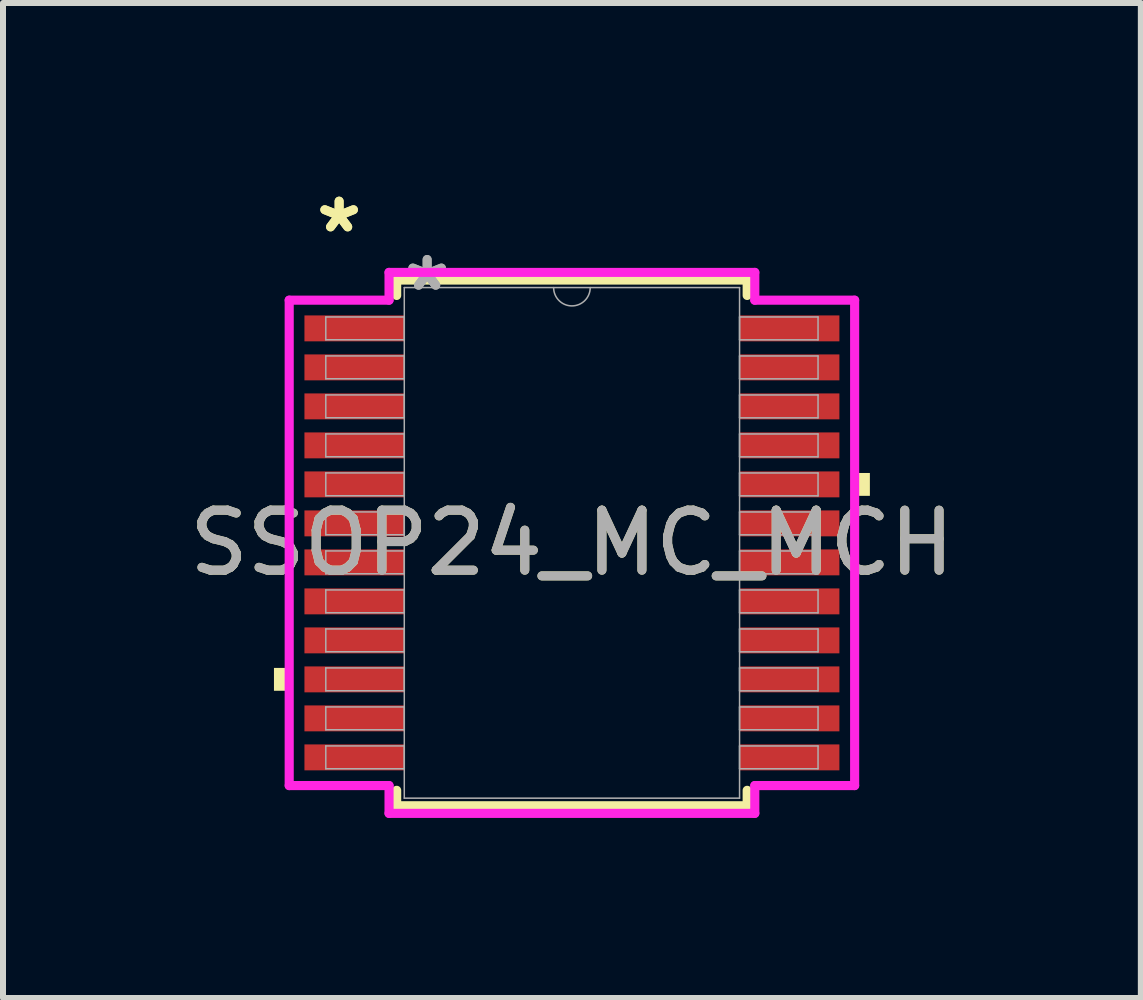
<source format=kicad_pcb>
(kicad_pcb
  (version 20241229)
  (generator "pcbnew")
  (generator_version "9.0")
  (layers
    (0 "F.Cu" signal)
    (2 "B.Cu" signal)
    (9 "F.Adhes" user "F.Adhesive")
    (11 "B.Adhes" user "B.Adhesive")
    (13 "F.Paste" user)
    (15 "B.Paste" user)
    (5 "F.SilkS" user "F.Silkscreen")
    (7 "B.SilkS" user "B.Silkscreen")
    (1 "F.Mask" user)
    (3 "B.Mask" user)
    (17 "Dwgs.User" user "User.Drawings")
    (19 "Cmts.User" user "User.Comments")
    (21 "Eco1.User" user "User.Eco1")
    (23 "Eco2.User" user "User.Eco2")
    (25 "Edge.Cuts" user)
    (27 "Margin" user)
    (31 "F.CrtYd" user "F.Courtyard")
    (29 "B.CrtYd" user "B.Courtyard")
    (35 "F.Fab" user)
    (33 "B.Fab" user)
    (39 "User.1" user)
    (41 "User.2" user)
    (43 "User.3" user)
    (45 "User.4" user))
  (footprint "SSOP24_MC_MCH"
    (layer "F.Cu")
    (at 6.482 5.998)
    (property "Reference" "SSOP24_MC_MCH" (at 0 0 0) (unlocked yes) (layer "F.SilkS") (effects (font (size 1 1) (thickness 0.15))))
    (attr smd)
    (fp_line (start -2.921 -4.381) (end -2.921 -4.124) (stroke (width 0.152) (type solid)) (layer "F.SilkS"))
    (fp_line (start -2.921 4.124) (end -2.921 4.381) (stroke (width 0.152) (type solid)) (layer "F.SilkS"))
    (fp_line (start -2.921 4.381) (end 2.921 4.381) (stroke (width 0.152) (type solid)) (layer "F.SilkS"))
    (fp_line (start 2.921 -4.381) (end -2.921 -4.381) (stroke (width 0.152) (type solid)) (layer "F.SilkS"))
    (fp_line (start 2.921 -4.124) (end 2.921 -4.381) (stroke (width 0.152) (type solid)) (layer "F.SilkS"))
    (fp_line (start 2.921 4.381) (end 2.921 4.124) (stroke (width 0.152) (type solid)) (layer "F.SilkS"))
    (fp_poly (pts (xy -4.966 2.084) (xy -4.966 2.465) (xy -4.712 2.465) (xy -4.712 2.084)) (stroke (width 0) (type solid)) (fill yes) (layer "F.SilkS"))
    (fp_poly (pts (xy 4.966 -1.165) (xy 4.966 -0.784) (xy 4.712 -0.784) (xy 4.712 -1.165)) (stroke (width 0) (type solid)) (fill yes) (layer "F.SilkS"))
    (fp_line (start -4.712 -4.045) (end -3.048 -4.045) (stroke (width 0.152) (type solid)) (layer "F.CrtYd"))
    (fp_line (start -4.712 4.045) (end -4.712 -4.045) (stroke (width 0.152) (type solid)) (layer "F.CrtYd"))
    (fp_line (start -4.712 4.045) (end -3.048 4.045) (stroke (width 0.152) (type solid)) (layer "F.CrtYd"))
    (fp_line (start -3.048 -4.508) (end 3.048 -4.508) (stroke (width 0.152) (type solid)) (layer "F.CrtYd"))
    (fp_line (start -3.048 -4.045) (end -3.048 -4.508) (stroke (width 0.152) (type solid)) (layer "F.CrtYd"))
    (fp_line (start -3.048 4.508) (end -3.048 4.045) (stroke (width 0.152) (type solid)) (layer "F.CrtYd"))
    (fp_line (start 3.048 -4.508) (end 3.048 -4.045) (stroke (width 0.152) (type solid)) (layer "F.CrtYd"))
    (fp_line (start 3.048 4.045) (end 3.048 4.508) (stroke (width 0.152) (type solid)) (layer "F.CrtYd"))
    (fp_line (start 3.048 4.508) (end -3.048 4.508) (stroke (width 0.152) (type solid)) (layer "F.CrtYd"))
    (fp_line (start 4.712 -4.045) (end 3.048 -4.045) (stroke (width 0.152) (type solid)) (layer "F.CrtYd"))
    (fp_line (start 4.712 -4.045) (end 4.712 4.045) (stroke (width 0.152) (type solid)) (layer "F.CrtYd"))
    (fp_line (start 4.712 4.045) (end 3.048 4.045) (stroke (width 0.152) (type solid)) (layer "F.CrtYd"))
    (fp_line (start -4.102 -3.765) (end -4.102 -3.385) (stroke (width 0.025) (type solid)) (layer "F.Fab"))
    (fp_line (start -4.102 -3.385) (end -2.794 -3.385) (stroke (width 0.025) (type solid)) (layer "F.Fab"))
    (fp_line (start -4.102 -3.116) (end -4.102 -2.735) (stroke (width 0.025) (type solid)) (layer "F.Fab"))
    (fp_line (start -4.102 -2.735) (end -2.794 -2.735) (stroke (width 0.025) (type solid)) (layer "F.Fab"))
    (fp_line (start -4.102 -2.466) (end -4.102 -2.085) (stroke (width 0.025) (type solid)) (layer "F.Fab"))
    (fp_line (start -4.102 -2.085) (end -2.794 -2.085) (stroke (width 0.025) (type solid)) (layer "F.Fab"))
    (fp_line (start -4.102 -1.816) (end -4.102 -1.435) (stroke (width 0.025) (type solid)) (layer "F.Fab"))
    (fp_line (start -4.102 -1.435) (end -2.794 -1.435) (stroke (width 0.025) (type solid)) (layer "F.Fab"))
    (fp_line (start -4.102 -1.166) (end -4.102 -0.785) (stroke (width 0.025) (type solid)) (layer "F.Fab"))
    (fp_line (start -4.102 -0.785) (end -2.794 -0.785) (stroke (width 0.025) (type solid)) (layer "F.Fab"))
    (fp_line (start -4.102 -0.516) (end -4.102 -0.135) (stroke (width 0.025) (type solid)) (layer "F.Fab"))
    (fp_line (start -4.102 -0.135) (end -2.794 -0.135) (stroke (width 0.025) (type solid)) (layer "F.Fab"))
    (fp_line (start -4.102 0.134) (end -4.102 0.515) (stroke (width 0.025) (type solid)) (layer "F.Fab"))
    (fp_line (start -4.102 0.515) (end -2.794 0.515) (stroke (width 0.025) (type solid)) (layer "F.Fab"))
    (fp_line (start -4.102 0.784) (end -4.102 1.165) (stroke (width 0.025) (type solid)) (layer "F.Fab"))
    (fp_line (start -4.102 1.165) (end -2.794 1.165) (stroke (width 0.025) (type solid)) (layer "F.Fab"))
    (fp_line (start -4.102 1.434) (end -4.102 1.815) (stroke (width 0.025) (type solid)) (layer "F.Fab"))
    (fp_line (start -4.102 1.815) (end -2.794 1.815) (stroke (width 0.025) (type solid)) (layer "F.Fab"))
    (fp_line (start -4.102 2.084) (end -4.102 2.465) (stroke (width 0.025) (type solid)) (layer "F.Fab"))
    (fp_line (start -4.102 2.465) (end -2.794 2.465) (stroke (width 0.025) (type solid)) (layer "F.Fab"))
    (fp_line (start -4.102 2.734) (end -4.102 3.115) (stroke (width 0.025) (type solid)) (layer "F.Fab"))
    (fp_line (start -4.102 3.115) (end -2.794 3.115) (stroke (width 0.025) (type solid)) (layer "F.Fab"))
    (fp_line (start -4.102 3.384) (end -4.102 3.765) (stroke (width 0.025) (type solid)) (layer "F.Fab"))
    (fp_line (start -4.102 3.765) (end -2.794 3.765) (stroke (width 0.025) (type solid)) (layer "F.Fab"))
    (fp_line (start -2.794 -4.255) (end -2.794 4.255) (stroke (width 0.025) (type solid)) (layer "F.Fab"))
    (fp_line (start -2.794 -3.765) (end -4.102 -3.765) (stroke (width 0.025) (type solid)) (layer "F.Fab"))
    (fp_line (start -2.794 -3.385) (end -2.794 -3.765) (stroke (width 0.025) (type solid)) (layer "F.Fab"))
    (fp_line (start -2.794 -3.116) (end -4.102 -3.116) (stroke (width 0.025) (type solid)) (layer "F.Fab"))
    (fp_line (start -2.794 -2.735) (end -2.794 -3.116) (stroke (width 0.025) (type solid)) (layer "F.Fab"))
    (fp_line (start -2.794 -2.466) (end -4.102 -2.466) (stroke (width 0.025) (type solid)) (layer "F.Fab"))
    (fp_line (start -2.794 -2.085) (end -2.794 -2.466) (stroke (width 0.025) (type solid)) (layer "F.Fab"))
    (fp_line (start -2.794 -1.816) (end -4.102 -1.816) (stroke (width 0.025) (type solid)) (layer "F.Fab"))
    (fp_line (start -2.794 -1.435) (end -2.794 -1.816) (stroke (width 0.025) (type solid)) (layer "F.Fab"))
    (fp_line (start -2.794 -1.166) (end -4.102 -1.166) (stroke (width 0.025) (type solid)) (layer "F.Fab"))
    (fp_line (start -2.794 -0.785) (end -2.794 -1.166) (stroke (width 0.025) (type solid)) (layer "F.Fab"))
    (fp_line (start -2.794 -0.516) (end -4.102 -0.516) (stroke (width 0.025) (type solid)) (layer "F.Fab"))
    (fp_line (start -2.794 -0.135) (end -2.794 -0.516) (stroke (width 0.025) (type solid)) (layer "F.Fab"))
    (fp_line (start -2.794 0.134) (end -4.102 0.134) (stroke (width 0.025) (type solid)) (layer "F.Fab"))
    (fp_line (start -2.794 0.515) (end -2.794 0.134) (stroke (width 0.025) (type solid)) (layer "F.Fab"))
    (fp_line (start -2.794 0.784) (end -4.102 0.784) (stroke (width 0.025) (type solid)) (layer "F.Fab"))
    (fp_line (start -2.794 1.165) (end -2.794 0.784) (stroke (width 0.025) (type solid)) (layer "F.Fab"))
    (fp_line (start -2.794 1.434) (end -4.102 1.434) (stroke (width 0.025) (type solid)) (layer "F.Fab"))
    (fp_line (start -2.794 1.815) (end -2.794 1.434) (stroke (width 0.025) (type solid)) (layer "F.Fab"))
    (fp_line (start -2.794 2.084) (end -4.102 2.084) (stroke (width 0.025) (type solid)) (layer "F.Fab"))
    (fp_line (start -2.794 2.465) (end -2.794 2.084) (stroke (width 0.025) (type solid)) (layer "F.Fab"))
    (fp_line (start -2.794 2.734) (end -4.102 2.734) (stroke (width 0.025) (type solid)) (layer "F.Fab"))
    (fp_line (start -2.794 3.115) (end -2.794 2.734) (stroke (width 0.025) (type solid)) (layer "F.Fab"))
    (fp_line (start -2.794 3.384) (end -4.102 3.384) (stroke (width 0.025) (type solid)) (layer "F.Fab"))
    (fp_line (start -2.794 3.765) (end -2.794 3.384) (stroke (width 0.025) (type solid)) (layer "F.Fab"))
    (fp_line (start -2.794 4.255) (end 2.794 4.255) (stroke (width 0.025) (type solid)) (layer "F.Fab"))
    (fp_line (start 2.794 -4.255) (end -2.794 -4.255) (stroke (width 0.025) (type solid)) (layer "F.Fab"))
    (fp_line (start 2.794 -3.765) (end 2.794 -3.384) (stroke (width 0.025) (type solid)) (layer "F.Fab"))
    (fp_line (start 2.794 -3.384) (end 4.102 -3.384) (stroke (width 0.025) (type solid)) (layer "F.Fab"))
    (fp_line (start 2.794 -3.115) (end 2.794 -2.734) (stroke (width 0.025) (type solid)) (layer "F.Fab"))
    (fp_line (start 2.794 -2.734) (end 4.102 -2.734) (stroke (width 0.025) (type solid)) (layer "F.Fab"))
    (fp_line (start 2.794 -2.465) (end 2.794 -2.084) (stroke (width 0.025) (type solid)) (layer "F.Fab"))
    (fp_line (start 2.794 -2.084) (end 4.102 -2.084) (stroke (width 0.025) (type solid)) (layer "F.Fab"))
    (fp_line (start 2.794 -1.815) (end 2.794 -1.434) (stroke (width 0.025) (type solid)) (layer "F.Fab"))
    (fp_line (start 2.794 -1.434) (end 4.102 -1.434) (stroke (width 0.025) (type solid)) (layer "F.Fab"))
    (fp_line (start 2.794 -1.165) (end 2.794 -0.784) (stroke (width 0.025) (type solid)) (layer "F.Fab"))
    (fp_line (start 2.794 -0.784) (end 4.102 -0.784) (stroke (width 0.025) (type solid)) (layer "F.Fab"))
    (fp_line (start 2.794 -0.515) (end 2.794 -0.134) (stroke (width 0.025) (type solid)) (layer "F.Fab"))
    (fp_line (start 2.794 -0.134) (end 4.102 -0.134) (stroke (width 0.025) (type solid)) (layer "F.Fab"))
    (fp_line (start 2.794 0.135) (end 2.794 0.516) (stroke (width 0.025) (type solid)) (layer "F.Fab"))
    (fp_line (start 2.794 0.516) (end 4.102 0.516) (stroke (width 0.025) (type solid)) (layer "F.Fab"))
    (fp_line (start 2.794 0.785) (end 2.794 1.166) (stroke (width 0.025) (type solid)) (layer "F.Fab"))
    (fp_line (start 2.794 1.166) (end 4.102 1.166) (stroke (width 0.025) (type solid)) (layer "F.Fab"))
    (fp_line (start 2.794 1.435) (end 2.794 1.816) (stroke (width 0.025) (type solid)) (layer "F.Fab"))
    (fp_line (start 2.794 1.816) (end 4.102 1.816) (stroke (width 0.025) (type solid)) (layer "F.Fab"))
    (fp_line (start 2.794 2.084) (end 2.794 2.466) (stroke (width 0.025) (type solid)) (layer "F.Fab"))
    (fp_line (start 2.794 2.466) (end 4.102 2.466) (stroke (width 0.025) (type solid)) (layer "F.Fab"))
    (fp_line (start 2.794 2.735) (end 2.794 3.115) (stroke (width 0.025) (type solid)) (layer "F.Fab"))
    (fp_line (start 2.794 3.115) (end 4.102 3.115) (stroke (width 0.025) (type solid)) (layer "F.Fab"))
    (fp_line (start 2.794 3.385) (end 2.794 3.765) (stroke (width 0.025) (type solid)) (layer "F.Fab"))
    (fp_line (start 2.794 3.765) (end 4.102 3.765) (stroke (width 0.025) (type solid)) (layer "F.Fab"))
    (fp_line (start 2.794 4.255) (end 2.794 -4.255) (stroke (width 0.025) (type solid)) (layer "F.Fab"))
    (fp_line (start 4.102 -3.765) (end 2.794 -3.765) (stroke (width 0.025) (type solid)) (layer "F.Fab"))
    (fp_line (start 4.102 -3.384) (end 4.102 -3.765) (stroke (width 0.025) (type solid)) (layer "F.Fab"))
    (fp_line (start 4.102 -3.115) (end 2.794 -3.115) (stroke (width 0.025) (type solid)) (layer "F.Fab"))
    (fp_line (start 4.102 -2.734) (end 4.102 -3.115) (stroke (width 0.025) (type solid)) (layer "F.Fab"))
    (fp_line (start 4.102 -2.465) (end 2.794 -2.465) (stroke (width 0.025) (type solid)) (layer "F.Fab"))
    (fp_line (start 4.102 -2.084) (end 4.102 -2.465) (stroke (width 0.025) (type solid)) (layer "F.Fab"))
    (fp_line (start 4.102 -1.815) (end 2.794 -1.815) (stroke (width 0.025) (type solid)) (layer "F.Fab"))
    (fp_line (start 4.102 -1.434) (end 4.102 -1.815) (stroke (width 0.025) (type solid)) (layer "F.Fab"))
    (fp_line (start 4.102 -1.165) (end 2.794 -1.165) (stroke (width 0.025) (type solid)) (layer "F.Fab"))
    (fp_line (start 4.102 -0.784) (end 4.102 -1.165) (stroke (width 0.025) (type solid)) (layer "F.Fab"))
    (fp_line (start 4.102 -0.515) (end 2.794 -0.515) (stroke (width 0.025) (type solid)) (layer "F.Fab"))
    (fp_line (start 4.102 -0.134) (end 4.102 -0.515) (stroke (width 0.025) (type solid)) (layer "F.Fab"))
    (fp_line (start 4.102 0.135) (end 2.794 0.135) (stroke (width 0.025) (type solid)) (layer "F.Fab"))
    (fp_line (start 4.102 0.516) (end 4.102 0.135) (stroke (width 0.025) (type solid)) (layer "F.Fab"))
    (fp_line (start 4.102 0.785) (end 2.794 0.785) (stroke (width 0.025) (type solid)) (layer "F.Fab"))
    (fp_line (start 4.102 1.166) (end 4.102 0.785) (stroke (width 0.025) (type solid)) (layer "F.Fab"))
    (fp_line (start 4.102 1.435) (end 2.794 1.435) (stroke (width 0.025) (type solid)) (layer "F.Fab"))
    (fp_line (start 4.102 1.816) (end 4.102 1.435) (stroke (width 0.025) (type solid)) (layer "F.Fab"))
    (fp_line (start 4.102 2.084) (end 2.794 2.084) (stroke (width 0.025) (type solid)) (layer "F.Fab"))
    (fp_line (start 4.102 2.466) (end 4.102 2.084) (stroke (width 0.025) (type solid)) (layer "F.Fab"))
    (fp_line (start 4.102 2.735) (end 2.794 2.735) (stroke (width 0.025) (type solid)) (layer "F.Fab"))
    (fp_line (start 4.102 3.115) (end 4.102 2.735) (stroke (width 0.025) (type solid)) (layer "F.Fab"))
    (fp_line (start 4.102 3.385) (end 2.794 3.385) (stroke (width 0.025) (type solid)) (layer "F.Fab"))
    (fp_line (start 4.102 3.765) (end 4.102 3.385) (stroke (width 0.025) (type solid)) (layer "F.Fab"))
    (fp_arc (start 0.3048 -4.2545) (mid 0 -3.9497) (end -0.3048 -4.2545) (stroke (width 0.0254) (type solid)) (layer "F.Fab"))
    (fp_text user "*" (at -3.88 -5.15 0) (unlocked yes) (layer "F.SilkS") (effects (font (size 1 1) (thickness 0.15))))
    (fp_text user "*" (at -3.88 -5.15 0) (layer "F.SilkS") (effects (font (size 1 1) (thickness 0.15))))
    (fp_text user "*" (at -2.413 -4.178 0) (unlocked yes) (layer "F.Fab") (effects (font (size 1 1) (thickness 0.15))))
    (fp_text user "*" (at -2.413 -4.178 0) (layer "F.Fab") (effects (font (size 1 1) (thickness 0.15))))
    (fp_text user "${REFERENCE}" (at 0 0 0) (unlocked yes) (layer "F.Fab") (effects (font (size 1 1) (thickness 0.15))))
    (pad "1" smd rect (at -3.626 -3.575) (size 1.664 0.432) (layers "F.Cu" "F.Mask" "F.Paste"))
    (pad "2" smd rect (at -3.626 -2.925) (size 1.664 0.432) (layers "F.Cu" "F.Mask" "F.Paste"))
    (pad "3" smd rect (at -3.626 -2.275) (size 1.664 0.432) (layers "F.Cu" "F.Mask" "F.Paste"))
    (pad "4" smd rect (at -3.626 -1.625) (size 1.664 0.432) (layers "F.Cu" "F.Mask" "F.Paste"))
    (pad "5" smd rect (at -3.626 -0.975) (size 1.664 0.432) (layers "F.Cu" "F.Mask" "F.Paste"))
    (pad "6" smd rect (at -3.626 -0.325) (size 1.664 0.432) (layers "F.Cu" "F.Mask" "F.Paste"))
    (pad "7" smd rect (at -3.626 0.325) (size 1.664 0.432) (layers "F.Cu" "F.Mask" "F.Paste"))
    (pad "8" smd rect (at -3.626 0.975) (size 1.664 0.432) (layers "F.Cu" "F.Mask" "F.Paste"))
    (pad "9" smd rect (at -3.626 1.625) (size 1.664 0.432) (layers "F.Cu" "F.Mask" "F.Paste"))
    (pad "10" smd rect (at -3.626 2.275) (size 1.664 0.432) (layers "F.Cu" "F.Mask" "F.Paste"))
    (pad "11" smd rect (at -3.626 2.925) (size 1.664 0.432) (layers "F.Cu" "F.Mask" "F.Paste"))
    (pad "12" smd rect (at -3.626 3.575) (size 1.664 0.432) (layers "F.Cu" "F.Mask" "F.Paste"))
    (pad "13" smd rect (at 3.626 3.575) (size 1.664 0.432) (layers "F.Cu" "F.Mask" "F.Paste"))
    (pad "14" smd rect (at 3.626 2.925) (size 1.664 0.432) (layers "F.Cu" "F.Mask" "F.Paste"))
    (pad "15" smd rect (at 3.626 2.275) (size 1.664 0.432) (layers "F.Cu" "F.Mask" "F.Paste"))
    (pad "16" smd rect (at 3.626 1.625) (size 1.664 0.432) (layers "F.Cu" "F.Mask" "F.Paste"))
    (pad "17" smd rect (at 3.626 0.975) (size 1.664 0.432) (layers "F.Cu" "F.Mask" "F.Paste"))
    (pad "18" smd rect (at 3.626 0.325) (size 1.664 0.432) (layers "F.Cu" "F.Mask" "F.Paste"))
    (pad "19" smd rect (at 3.626 -0.325) (size 1.664 0.432) (layers "F.Cu" "F.Mask" "F.Paste"))
    (pad "20" smd rect (at 3.626 -0.975) (size 1.664 0.432) (layers "F.Cu" "F.Mask" "F.Paste"))
    (pad "21" smd rect (at 3.626 -1.625) (size 1.664 0.432) (layers "F.Cu" "F.Mask" "F.Paste"))
    (pad "22" smd rect (at 3.626 -2.275) (size 1.664 0.432) (layers "F.Cu" "F.Mask" "F.Paste"))
    (pad "23" smd rect (at 3.626 -2.925) (size 1.664 0.432) (layers "F.Cu" "F.Mask" "F.Paste"))
    (pad "24" smd rect (at 3.626 -3.575) (size 1.664 0.432) (layers "F.Cu" "F.Mask" "F.Paste")))
  (gr_rect
    (start -3 -3)
    (end 15.964 13.583)
    (stroke (width 0.1) (type default))
    (fill no)
    (layer "Edge.Cuts")))
</source>
